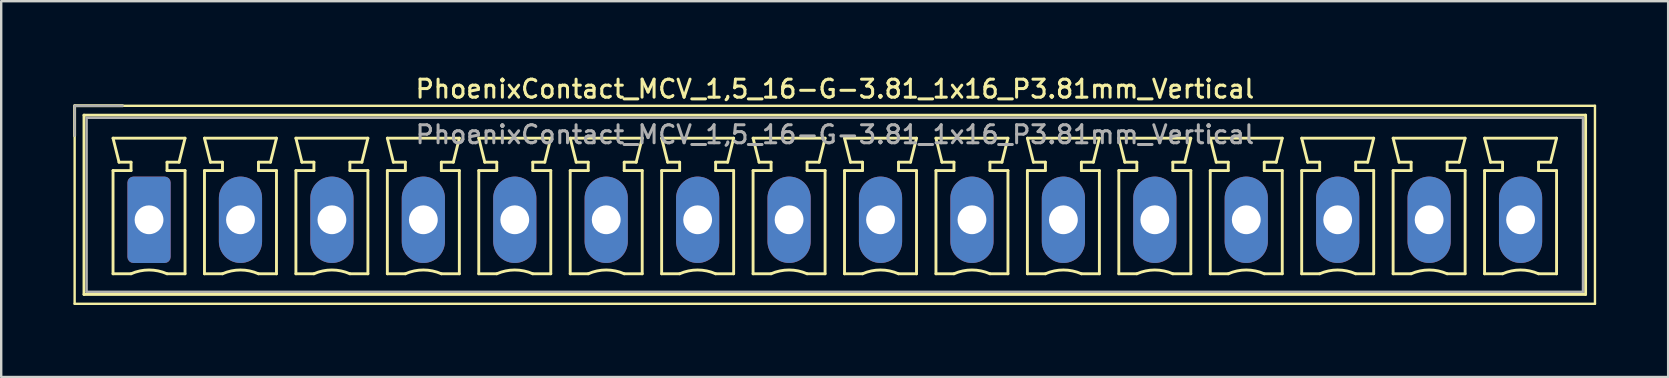
<source format=kicad_pcb>
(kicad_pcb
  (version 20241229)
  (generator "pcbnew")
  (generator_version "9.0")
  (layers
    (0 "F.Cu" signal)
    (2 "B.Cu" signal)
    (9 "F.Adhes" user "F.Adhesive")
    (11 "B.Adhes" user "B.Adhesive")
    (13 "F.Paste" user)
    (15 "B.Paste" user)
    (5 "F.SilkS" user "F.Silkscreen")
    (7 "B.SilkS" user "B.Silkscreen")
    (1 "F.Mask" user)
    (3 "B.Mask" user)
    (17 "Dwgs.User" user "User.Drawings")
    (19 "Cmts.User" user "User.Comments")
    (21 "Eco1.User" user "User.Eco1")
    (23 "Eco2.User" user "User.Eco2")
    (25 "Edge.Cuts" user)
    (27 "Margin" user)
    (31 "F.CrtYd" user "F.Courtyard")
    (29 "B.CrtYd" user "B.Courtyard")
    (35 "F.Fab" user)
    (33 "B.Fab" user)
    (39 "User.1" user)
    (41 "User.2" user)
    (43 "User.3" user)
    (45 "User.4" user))
  (footprint "PhoenixContact_MCV_1,5_16-G-3.81_1x16_P3.81mm_Vertical"
    (layer "F.Cu")
    (at 3.16 6.108)
    (property "Reference" "PhoenixContact_MCV_1,5_16-G-3.81_1x16_P3.81mm_Vertical" (at 28.58 -5.45 0) (layer "F.SilkS") (effects (font (size 0.75 0.75) (thickness 0.125))))
    (attr through_hole)
    (fp_line (start -3.1 -4.75) (end -3.1 3.5) (stroke (width 0.1) (type solid)) (layer "F.SilkS"))
    (fp_line (start -3.1 -4.75) (end -1.1 -4.75) (stroke (width 0.12) (type solid)) (layer "F.SilkS"))
    (fp_line (start -3.1 -3.5) (end -3.1 -4.75) (stroke (width 0.12) (type solid)) (layer "F.SilkS"))
    (fp_line (start -3.1 3.5) (end 60.25 3.5) (stroke (width 0.1) (type solid)) (layer "F.SilkS"))
    (fp_line (start -2.71 -4.36) (end -2.71 3.11) (stroke (width 0.12) (type solid)) (layer "F.SilkS"))
    (fp_line (start -2.71 3.11) (end 59.86 3.11) (stroke (width 0.12) (type solid)) (layer "F.SilkS"))
    (fp_line (start -1.5 -3.4) (end 1.5 -3.4) (stroke (width 0.12) (type solid)) (layer "F.SilkS"))
    (fp_line (start -1.5 -2.05) (end -0.75 -2.05) (stroke (width 0.12) (type solid)) (layer "F.SilkS"))
    (fp_line (start -1.5 2.25) (end -1.5 -2.05) (stroke (width 0.12) (type solid)) (layer "F.SilkS"))
    (fp_line (start -1.25 -2.4) (end -1.5 -3.4) (stroke (width 0.12) (type solid)) (layer "F.SilkS"))
    (fp_line (start -0.75 -2.4) (end -1.25 -2.4) (stroke (width 0.12) (type solid)) (layer "F.SilkS"))
    (fp_line (start -0.75 -2.05) (end -0.75 -2.4) (stroke (width 0.12) (type solid)) (layer "F.SilkS"))
    (fp_line (start -0.75 2.25) (end -1.5 2.25) (stroke (width 0.12) (type solid)) (layer "F.SilkS"))
    (fp_line (start 0.75 -2.4) (end 0.75 -2.05) (stroke (width 0.12) (type solid)) (layer "F.SilkS"))
    (fp_line (start 0.75 -2.05) (end 1.5 -2.05) (stroke (width 0.12) (type solid)) (layer "F.SilkS"))
    (fp_line (start 1.25 -2.4) (end 0.75 -2.4) (stroke (width 0.12) (type solid)) (layer "F.SilkS"))
    (fp_line (start 1.5 -3.4) (end 1.25 -2.4) (stroke (width 0.12) (type solid)) (layer "F.SilkS"))
    (fp_line (start 1.5 -2.05) (end 1.5 2.25) (stroke (width 0.12) (type solid)) (layer "F.SilkS"))
    (fp_line (start 1.5 2.25) (end 0.75 2.25) (stroke (width 0.12) (type solid)) (layer "F.SilkS"))
    (fp_line (start 2.31 -3.4) (end 5.31 -3.4) (stroke (width 0.12) (type solid)) (layer "F.SilkS"))
    (fp_line (start 2.31 -2.05) (end 3.06 -2.05) (stroke (width 0.12) (type solid)) (layer "F.SilkS"))
    (fp_line (start 2.31 2.25) (end 2.31 -2.05) (stroke (width 0.12) (type solid)) (layer "F.SilkS"))
    (fp_line (start 2.56 -2.4) (end 2.31 -3.4) (stroke (width 0.12) (type solid)) (layer "F.SilkS"))
    (fp_line (start 3.06 -2.4) (end 2.56 -2.4) (stroke (width 0.12) (type solid)) (layer "F.SilkS"))
    (fp_line (start 3.06 -2.05) (end 3.06 -2.4) (stroke (width 0.12) (type solid)) (layer "F.SilkS"))
    (fp_line (start 3.06 2.25) (end 2.31 2.25) (stroke (width 0.12) (type solid)) (layer "F.SilkS"))
    (fp_line (start 4.56 -2.4) (end 4.56 -2.05) (stroke (width 0.12) (type solid)) (layer "F.SilkS"))
    (fp_line (start 4.56 -2.05) (end 5.31 -2.05) (stroke (width 0.12) (type solid)) (layer "F.SilkS"))
    (fp_line (start 5.06 -2.4) (end 4.56 -2.4) (stroke (width 0.12) (type solid)) (layer "F.SilkS"))
    (fp_line (start 5.31 -3.4) (end 5.06 -2.4) (stroke (width 0.12) (type solid)) (layer "F.SilkS"))
    (fp_line (start 5.31 -2.05) (end 5.31 2.25) (stroke (width 0.12) (type solid)) (layer "F.SilkS"))
    (fp_line (start 5.31 2.25) (end 4.56 2.25) (stroke (width 0.12) (type solid)) (layer "F.SilkS"))
    (fp_line (start 6.12 -3.4) (end 9.12 -3.4) (stroke (width 0.12) (type solid)) (layer "F.SilkS"))
    (fp_line (start 6.12 -2.05) (end 6.87 -2.05) (stroke (width 0.12) (type solid)) (layer "F.SilkS"))
    (fp_line (start 6.12 2.25) (end 6.12 -2.05) (stroke (width 0.12) (type solid)) (layer "F.SilkS"))
    (fp_line (start 6.37 -2.4) (end 6.12 -3.4) (stroke (width 0.12) (type solid)) (layer "F.SilkS"))
    (fp_line (start 6.87 -2.4) (end 6.37 -2.4) (stroke (width 0.12) (type solid)) (layer "F.SilkS"))
    (fp_line (start 6.87 -2.05) (end 6.87 -2.4) (stroke (width 0.12) (type solid)) (layer "F.SilkS"))
    (fp_line (start 6.87 2.25) (end 6.12 2.25) (stroke (width 0.12) (type solid)) (layer "F.SilkS"))
    (fp_line (start 8.37 -2.4) (end 8.37 -2.05) (stroke (width 0.12) (type solid)) (layer "F.SilkS"))
    (fp_line (start 8.37 -2.05) (end 9.12 -2.05) (stroke (width 0.12) (type solid)) (layer "F.SilkS"))
    (fp_line (start 8.87 -2.4) (end 8.37 -2.4) (stroke (width 0.12) (type solid)) (layer "F.SilkS"))
    (fp_line (start 9.12 -3.4) (end 8.87 -2.4) (stroke (width 0.12) (type solid)) (layer "F.SilkS"))
    (fp_line (start 9.12 -2.05) (end 9.12 2.25) (stroke (width 0.12) (type solid)) (layer "F.SilkS"))
    (fp_line (start 9.12 2.25) (end 8.37 2.25) (stroke (width 0.12) (type solid)) (layer "F.SilkS"))
    (fp_line (start 9.93 -3.4) (end 12.93 -3.4) (stroke (width 0.12) (type solid)) (layer "F.SilkS"))
    (fp_line (start 9.93 -2.05) (end 10.68 -2.05) (stroke (width 0.12) (type solid)) (layer "F.SilkS"))
    (fp_line (start 9.93 2.25) (end 9.93 -2.05) (stroke (width 0.12) (type solid)) (layer "F.SilkS"))
    (fp_line (start 10.18 -2.4) (end 9.93 -3.4) (stroke (width 0.12) (type solid)) (layer "F.SilkS"))
    (fp_line (start 10.68 -2.4) (end 10.18 -2.4) (stroke (width 0.12) (type solid)) (layer "F.SilkS"))
    (fp_line (start 10.68 -2.05) (end 10.68 -2.4) (stroke (width 0.12) (type solid)) (layer "F.SilkS"))
    (fp_line (start 10.68 2.25) (end 9.93 2.25) (stroke (width 0.12) (type solid)) (layer "F.SilkS"))
    (fp_line (start 12.18 -2.4) (end 12.18 -2.05) (stroke (width 0.12) (type solid)) (layer "F.SilkS"))
    (fp_line (start 12.18 -2.05) (end 12.93 -2.05) (stroke (width 0.12) (type solid)) (layer "F.SilkS"))
    (fp_line (start 12.68 -2.4) (end 12.18 -2.4) (stroke (width 0.12) (type solid)) (layer "F.SilkS"))
    (fp_line (start 12.93 -3.4) (end 12.68 -2.4) (stroke (width 0.12) (type solid)) (layer "F.SilkS"))
    (fp_line (start 12.93 -2.05) (end 12.93 2.25) (stroke (width 0.12) (type solid)) (layer "F.SilkS"))
    (fp_line (start 12.93 2.25) (end 12.18 2.25) (stroke (width 0.12) (type solid)) (layer "F.SilkS"))
    (fp_line (start 13.74 -3.4) (end 16.74 -3.4) (stroke (width 0.12) (type solid)) (layer "F.SilkS"))
    (fp_line (start 13.74 -2.05) (end 14.49 -2.05) (stroke (width 0.12) (type solid)) (layer "F.SilkS"))
    (fp_line (start 13.74 2.25) (end 13.74 -2.05) (stroke (width 0.12) (type solid)) (layer "F.SilkS"))
    (fp_line (start 13.99 -2.4) (end 13.74 -3.4) (stroke (width 0.12) (type solid)) (layer "F.SilkS"))
    (fp_line (start 14.49 -2.4) (end 13.99 -2.4) (stroke (width 0.12) (type solid)) (layer "F.SilkS"))
    (fp_line (start 14.49 -2.05) (end 14.49 -2.4) (stroke (width 0.12) (type solid)) (layer "F.SilkS"))
    (fp_line (start 14.49 2.25) (end 13.74 2.25) (stroke (width 0.12) (type solid)) (layer "F.SilkS"))
    (fp_line (start 15.99 -2.4) (end 15.99 -2.05) (stroke (width 0.12) (type solid)) (layer "F.SilkS"))
    (fp_line (start 15.99 -2.05) (end 16.74 -2.05) (stroke (width 0.12) (type solid)) (layer "F.SilkS"))
    (fp_line (start 16.49 -2.4) (end 15.99 -2.4) (stroke (width 0.12) (type solid)) (layer "F.SilkS"))
    (fp_line (start 16.74 -3.4) (end 16.49 -2.4) (stroke (width 0.12) (type solid)) (layer "F.SilkS"))
    (fp_line (start 16.74 -2.05) (end 16.74 2.25) (stroke (width 0.12) (type solid)) (layer "F.SilkS"))
    (fp_line (start 16.74 2.25) (end 15.99 2.25) (stroke (width 0.12) (type solid)) (layer "F.SilkS"))
    (fp_line (start 17.55 -3.4) (end 20.55 -3.4) (stroke (width 0.12) (type solid)) (layer "F.SilkS"))
    (fp_line (start 17.55 -2.05) (end 18.3 -2.05) (stroke (width 0.12) (type solid)) (layer "F.SilkS"))
    (fp_line (start 17.55 2.25) (end 17.55 -2.05) (stroke (width 0.12) (type solid)) (layer "F.SilkS"))
    (fp_line (start 17.8 -2.4) (end 17.55 -3.4) (stroke (width 0.12) (type solid)) (layer "F.SilkS"))
    (fp_line (start 18.3 -2.4) (end 17.8 -2.4) (stroke (width 0.12) (type solid)) (layer "F.SilkS"))
    (fp_line (start 18.3 -2.05) (end 18.3 -2.4) (stroke (width 0.12) (type solid)) (layer "F.SilkS"))
    (fp_line (start 18.3 2.25) (end 17.55 2.25) (stroke (width 0.12) (type solid)) (layer "F.SilkS"))
    (fp_line (start 19.8 -2.4) (end 19.8 -2.05) (stroke (width 0.12) (type solid)) (layer "F.SilkS"))
    (fp_line (start 19.8 -2.05) (end 20.55 -2.05) (stroke (width 0.12) (type solid)) (layer "F.SilkS"))
    (fp_line (start 20.3 -2.4) (end 19.8 -2.4) (stroke (width 0.12) (type solid)) (layer "F.SilkS"))
    (fp_line (start 20.55 -3.4) (end 20.3 -2.4) (stroke (width 0.12) (type solid)) (layer "F.SilkS"))
    (fp_line (start 20.55 -2.05) (end 20.55 2.25) (stroke (width 0.12) (type solid)) (layer "F.SilkS"))
    (fp_line (start 20.55 2.25) (end 19.8 2.25) (stroke (width 0.12) (type solid)) (layer "F.SilkS"))
    (fp_line (start 21.36 -3.4) (end 24.36 -3.4) (stroke (width 0.12) (type solid)) (layer "F.SilkS"))
    (fp_line (start 21.36 -2.05) (end 22.11 -2.05) (stroke (width 0.12) (type solid)) (layer "F.SilkS"))
    (fp_line (start 21.36 2.25) (end 21.36 -2.05) (stroke (width 0.12) (type solid)) (layer "F.SilkS"))
    (fp_line (start 21.61 -2.4) (end 21.36 -3.4) (stroke (width 0.12) (type solid)) (layer "F.SilkS"))
    (fp_line (start 22.11 -2.4) (end 21.61 -2.4) (stroke (width 0.12) (type solid)) (layer "F.SilkS"))
    (fp_line (start 22.11 -2.05) (end 22.11 -2.4) (stroke (width 0.12) (type solid)) (layer "F.SilkS"))
    (fp_line (start 22.11 2.25) (end 21.36 2.25) (stroke (width 0.12) (type solid)) (layer "F.SilkS"))
    (fp_line (start 23.61 -2.4) (end 23.61 -2.05) (stroke (width 0.12) (type solid)) (layer "F.SilkS"))
    (fp_line (start 23.61 -2.05) (end 24.36 -2.05) (stroke (width 0.12) (type solid)) (layer "F.SilkS"))
    (fp_line (start 24.11 -2.4) (end 23.61 -2.4) (stroke (width 0.12) (type solid)) (layer "F.SilkS"))
    (fp_line (start 24.36 -3.4) (end 24.11 -2.4) (stroke (width 0.12) (type solid)) (layer "F.SilkS"))
    (fp_line (start 24.36 -2.05) (end 24.36 2.25) (stroke (width 0.12) (type solid)) (layer "F.SilkS"))
    (fp_line (start 24.36 2.25) (end 23.61 2.25) (stroke (width 0.12) (type solid)) (layer "F.SilkS"))
    (fp_line (start 25.17 -3.4) (end 28.17 -3.4) (stroke (width 0.12) (type solid)) (layer "F.SilkS"))
    (fp_line (start 25.17 -2.05) (end 25.92 -2.05) (stroke (width 0.12) (type solid)) (layer "F.SilkS"))
    (fp_line (start 25.17 2.25) (end 25.17 -2.05) (stroke (width 0.12) (type solid)) (layer "F.SilkS"))
    (fp_line (start 25.42 -2.4) (end 25.17 -3.4) (stroke (width 0.12) (type solid)) (layer "F.SilkS"))
    (fp_line (start 25.92 -2.4) (end 25.42 -2.4) (stroke (width 0.12) (type solid)) (layer "F.SilkS"))
    (fp_line (start 25.92 -2.05) (end 25.92 -2.4) (stroke (width 0.12) (type solid)) (layer "F.SilkS"))
    (fp_line (start 25.92 2.25) (end 25.17 2.25) (stroke (width 0.12) (type solid)) (layer "F.SilkS"))
    (fp_line (start 27.42 -2.4) (end 27.42 -2.05) (stroke (width 0.12) (type solid)) (layer "F.SilkS"))
    (fp_line (start 27.42 -2.05) (end 28.17 -2.05) (stroke (width 0.12) (type solid)) (layer "F.SilkS"))
    (fp_line (start 27.92 -2.4) (end 27.42 -2.4) (stroke (width 0.12) (type solid)) (layer "F.SilkS"))
    (fp_line (start 28.17 -3.4) (end 27.92 -2.4) (stroke (width 0.12) (type solid)) (layer "F.SilkS"))
    (fp_line (start 28.17 -2.05) (end 28.17 2.25) (stroke (width 0.12) (type solid)) (layer "F.SilkS"))
    (fp_line (start 28.17 2.25) (end 27.42 2.25) (stroke (width 0.12) (type solid)) (layer "F.SilkS"))
    (fp_line (start 28.98 -3.4) (end 31.98 -3.4) (stroke (width 0.12) (type solid)) (layer "F.SilkS"))
    (fp_line (start 28.98 -2.05) (end 29.73 -2.05) (stroke (width 0.12) (type solid)) (layer "F.SilkS"))
    (fp_line (start 28.98 2.25) (end 28.98 -2.05) (stroke (width 0.12) (type solid)) (layer "F.SilkS"))
    (fp_line (start 29.23 -2.4) (end 28.98 -3.4) (stroke (width 0.12) (type solid)) (layer "F.SilkS"))
    (fp_line (start 29.73 -2.4) (end 29.23 -2.4) (stroke (width 0.12) (type solid)) (layer "F.SilkS"))
    (fp_line (start 29.73 -2.05) (end 29.73 -2.4) (stroke (width 0.12) (type solid)) (layer "F.SilkS"))
    (fp_line (start 29.73 2.25) (end 28.98 2.25) (stroke (width 0.12) (type solid)) (layer "F.SilkS"))
    (fp_line (start 31.23 -2.4) (end 31.23 -2.05) (stroke (width 0.12) (type solid)) (layer "F.SilkS"))
    (fp_line (start 31.23 -2.05) (end 31.98 -2.05) (stroke (width 0.12) (type solid)) (layer "F.SilkS"))
    (fp_line (start 31.73 -2.4) (end 31.23 -2.4) (stroke (width 0.12) (type solid)) (layer "F.SilkS"))
    (fp_line (start 31.98 -3.4) (end 31.73 -2.4) (stroke (width 0.12) (type solid)) (layer "F.SilkS"))
    (fp_line (start 31.98 -2.05) (end 31.98 2.25) (stroke (width 0.12) (type solid)) (layer "F.SilkS"))
    (fp_line (start 31.98 2.25) (end 31.23 2.25) (stroke (width 0.12) (type solid)) (layer "F.SilkS"))
    (fp_line (start 32.79 -3.4) (end 35.79 -3.4) (stroke (width 0.12) (type solid)) (layer "F.SilkS"))
    (fp_line (start 32.79 -2.05) (end 33.54 -2.05) (stroke (width 0.12) (type solid)) (layer "F.SilkS"))
    (fp_line (start 32.79 2.25) (end 32.79 -2.05) (stroke (width 0.12) (type solid)) (layer "F.SilkS"))
    (fp_line (start 33.04 -2.4) (end 32.79 -3.4) (stroke (width 0.12) (type solid)) (layer "F.SilkS"))
    (fp_line (start 33.54 -2.4) (end 33.04 -2.4) (stroke (width 0.12) (type solid)) (layer "F.SilkS"))
    (fp_line (start 33.54 -2.05) (end 33.54 -2.4) (stroke (width 0.12) (type solid)) (layer "F.SilkS"))
    (fp_line (start 33.54 2.25) (end 32.79 2.25) (stroke (width 0.12) (type solid)) (layer "F.SilkS"))
    (fp_line (start 35.04 -2.4) (end 35.04 -2.05) (stroke (width 0.12) (type solid)) (layer "F.SilkS"))
    (fp_line (start 35.04 -2.05) (end 35.79 -2.05) (stroke (width 0.12) (type solid)) (layer "F.SilkS"))
    (fp_line (start 35.54 -2.4) (end 35.04 -2.4) (stroke (width 0.12) (type solid)) (layer "F.SilkS"))
    (fp_line (start 35.79 -3.4) (end 35.54 -2.4) (stroke (width 0.12) (type solid)) (layer "F.SilkS"))
    (fp_line (start 35.79 -2.05) (end 35.79 2.25) (stroke (width 0.12) (type solid)) (layer "F.SilkS"))
    (fp_line (start 35.79 2.25) (end 35.04 2.25) (stroke (width 0.12) (type solid)) (layer "F.SilkS"))
    (fp_line (start 36.6 -3.4) (end 39.6 -3.4) (stroke (width 0.12) (type solid)) (layer "F.SilkS"))
    (fp_line (start 36.6 -2.05) (end 37.35 -2.05) (stroke (width 0.12) (type solid)) (layer "F.SilkS"))
    (fp_line (start 36.6 2.25) (end 36.6 -2.05) (stroke (width 0.12) (type solid)) (layer "F.SilkS"))
    (fp_line (start 36.85 -2.4) (end 36.6 -3.4) (stroke (width 0.12) (type solid)) (layer "F.SilkS"))
    (fp_line (start 37.35 -2.4) (end 36.85 -2.4) (stroke (width 0.12) (type solid)) (layer "F.SilkS"))
    (fp_line (start 37.35 -2.05) (end 37.35 -2.4) (stroke (width 0.12) (type solid)) (layer "F.SilkS"))
    (fp_line (start 37.35 2.25) (end 36.6 2.25) (stroke (width 0.12) (type solid)) (layer "F.SilkS"))
    (fp_line (start 38.85 -2.4) (end 38.85 -2.05) (stroke (width 0.12) (type solid)) (layer "F.SilkS"))
    (fp_line (start 38.85 -2.05) (end 39.6 -2.05) (stroke (width 0.12) (type solid)) (layer "F.SilkS"))
    (fp_line (start 39.35 -2.4) (end 38.85 -2.4) (stroke (width 0.12) (type solid)) (layer "F.SilkS"))
    (fp_line (start 39.6 -3.4) (end 39.35 -2.4) (stroke (width 0.12) (type solid)) (layer "F.SilkS"))
    (fp_line (start 39.6 -2.05) (end 39.6 2.25) (stroke (width 0.12) (type solid)) (layer "F.SilkS"))
    (fp_line (start 39.6 2.25) (end 38.85 2.25) (stroke (width 0.12) (type solid)) (layer "F.SilkS"))
    (fp_line (start 40.41 -3.4) (end 43.41 -3.4) (stroke (width 0.12) (type solid)) (layer "F.SilkS"))
    (fp_line (start 40.41 -2.05) (end 41.16 -2.05) (stroke (width 0.12) (type solid)) (layer "F.SilkS"))
    (fp_line (start 40.41 2.25) (end 40.41 -2.05) (stroke (width 0.12) (type solid)) (layer "F.SilkS"))
    (fp_line (start 40.66 -2.4) (end 40.41 -3.4) (stroke (width 0.12) (type solid)) (layer "F.SilkS"))
    (fp_line (start 41.16 -2.4) (end 40.66 -2.4) (stroke (width 0.12) (type solid)) (layer "F.SilkS"))
    (fp_line (start 41.16 -2.05) (end 41.16 -2.4) (stroke (width 0.12) (type solid)) (layer "F.SilkS"))
    (fp_line (start 41.16 2.25) (end 40.41 2.25) (stroke (width 0.12) (type solid)) (layer "F.SilkS"))
    (fp_line (start 42.66 -2.4) (end 42.66 -2.05) (stroke (width 0.12) (type solid)) (layer "F.SilkS"))
    (fp_line (start 42.66 -2.05) (end 43.41 -2.05) (stroke (width 0.12) (type solid)) (layer "F.SilkS"))
    (fp_line (start 43.16 -2.4) (end 42.66 -2.4) (stroke (width 0.12) (type solid)) (layer "F.SilkS"))
    (fp_line (start 43.41 -3.4) (end 43.16 -2.4) (stroke (width 0.12) (type solid)) (layer "F.SilkS"))
    (fp_line (start 43.41 -2.05) (end 43.41 2.25) (stroke (width 0.12) (type solid)) (layer "F.SilkS"))
    (fp_line (start 43.41 2.25) (end 42.66 2.25) (stroke (width 0.12) (type solid)) (layer "F.SilkS"))
    (fp_line (start 44.22 -3.4) (end 47.22 -3.4) (stroke (width 0.12) (type solid)) (layer "F.SilkS"))
    (fp_line (start 44.22 -2.05) (end 44.97 -2.05) (stroke (width 0.12) (type solid)) (layer "F.SilkS"))
    (fp_line (start 44.22 2.25) (end 44.22 -2.05) (stroke (width 0.12) (type solid)) (layer "F.SilkS"))
    (fp_line (start 44.47 -2.4) (end 44.22 -3.4) (stroke (width 0.12) (type solid)) (layer "F.SilkS"))
    (fp_line (start 44.97 -2.4) (end 44.47 -2.4) (stroke (width 0.12) (type solid)) (layer "F.SilkS"))
    (fp_line (start 44.97 -2.05) (end 44.97 -2.4) (stroke (width 0.12) (type solid)) (layer "F.SilkS"))
    (fp_line (start 44.97 2.25) (end 44.22 2.25) (stroke (width 0.12) (type solid)) (layer "F.SilkS"))
    (fp_line (start 46.47 -2.4) (end 46.47 -2.05) (stroke (width 0.12) (type solid)) (layer "F.SilkS"))
    (fp_line (start 46.47 -2.05) (end 47.22 -2.05) (stroke (width 0.12) (type solid)) (layer "F.SilkS"))
    (fp_line (start 46.97 -2.4) (end 46.47 -2.4) (stroke (width 0.12) (type solid)) (layer "F.SilkS"))
    (fp_line (start 47.22 -3.4) (end 46.97 -2.4) (stroke (width 0.12) (type solid)) (layer "F.SilkS"))
    (fp_line (start 47.22 -2.05) (end 47.22 2.25) (stroke (width 0.12) (type solid)) (layer "F.SilkS"))
    (fp_line (start 47.22 2.25) (end 46.47 2.25) (stroke (width 0.12) (type solid)) (layer "F.SilkS"))
    (fp_line (start 48.03 -3.4) (end 51.03 -3.4) (stroke (width 0.12) (type solid)) (layer "F.SilkS"))
    (fp_line (start 48.03 -2.05) (end 48.78 -2.05) (stroke (width 0.12) (type solid)) (layer "F.SilkS"))
    (fp_line (start 48.03 2.25) (end 48.03 -2.05) (stroke (width 0.12) (type solid)) (layer "F.SilkS"))
    (fp_line (start 48.28 -2.4) (end 48.03 -3.4) (stroke (width 0.12) (type solid)) (layer "F.SilkS"))
    (fp_line (start 48.78 -2.4) (end 48.28 -2.4) (stroke (width 0.12) (type solid)) (layer "F.SilkS"))
    (fp_line (start 48.78 -2.05) (end 48.78 -2.4) (stroke (width 0.12) (type solid)) (layer "F.SilkS"))
    (fp_line (start 48.78 2.25) (end 48.03 2.25) (stroke (width 0.12) (type solid)) (layer "F.SilkS"))
    (fp_line (start 50.28 -2.4) (end 50.28 -2.05) (stroke (width 0.12) (type solid)) (layer "F.SilkS"))
    (fp_line (start 50.28 -2.05) (end 51.03 -2.05) (stroke (width 0.12) (type solid)) (layer "F.SilkS"))
    (fp_line (start 50.78 -2.4) (end 50.28 -2.4) (stroke (width 0.12) (type solid)) (layer "F.SilkS"))
    (fp_line (start 51.03 -3.4) (end 50.78 -2.4) (stroke (width 0.12) (type solid)) (layer "F.SilkS"))
    (fp_line (start 51.03 -2.05) (end 51.03 2.25) (stroke (width 0.12) (type solid)) (layer "F.SilkS"))
    (fp_line (start 51.03 2.25) (end 50.28 2.25) (stroke (width 0.12) (type solid)) (layer "F.SilkS"))
    (fp_line (start 51.84 -3.4) (end 54.84 -3.4) (stroke (width 0.12) (type solid)) (layer "F.SilkS"))
    (fp_line (start 51.84 -2.05) (end 52.59 -2.05) (stroke (width 0.12) (type solid)) (layer "F.SilkS"))
    (fp_line (start 51.84 2.25) (end 51.84 -2.05) (stroke (width 0.12) (type solid)) (layer "F.SilkS"))
    (fp_line (start 52.09 -2.4) (end 51.84 -3.4) (stroke (width 0.12) (type solid)) (layer "F.SilkS"))
    (fp_line (start 52.59 -2.4) (end 52.09 -2.4) (stroke (width 0.12) (type solid)) (layer "F.SilkS"))
    (fp_line (start 52.59 -2.05) (end 52.59 -2.4) (stroke (width 0.12) (type solid)) (layer "F.SilkS"))
    (fp_line (start 52.59 2.25) (end 51.84 2.25) (stroke (width 0.12) (type solid)) (layer "F.SilkS"))
    (fp_line (start 54.09 -2.4) (end 54.09 -2.05) (stroke (width 0.12) (type solid)) (layer "F.SilkS"))
    (fp_line (start 54.09 -2.05) (end 54.84 -2.05) (stroke (width 0.12) (type solid)) (layer "F.SilkS"))
    (fp_line (start 54.59 -2.4) (end 54.09 -2.4) (stroke (width 0.12) (type solid)) (layer "F.SilkS"))
    (fp_line (start 54.84 -3.4) (end 54.59 -2.4) (stroke (width 0.12) (type solid)) (layer "F.SilkS"))
    (fp_line (start 54.84 -2.05) (end 54.84 2.25) (stroke (width 0.12) (type solid)) (layer "F.SilkS"))
    (fp_line (start 54.84 2.25) (end 54.09 2.25) (stroke (width 0.12) (type solid)) (layer "F.SilkS"))
    (fp_line (start 55.65 -3.4) (end 58.65 -3.4) (stroke (width 0.12) (type solid)) (layer "F.SilkS"))
    (fp_line (start 55.65 -2.05) (end 56.4 -2.05) (stroke (width 0.12) (type solid)) (layer "F.SilkS"))
    (fp_line (start 55.65 2.25) (end 55.65 -2.05) (stroke (width 0.12) (type solid)) (layer "F.SilkS"))
    (fp_line (start 55.9 -2.4) (end 55.65 -3.4) (stroke (width 0.12) (type solid)) (layer "F.SilkS"))
    (fp_line (start 56.4 -2.4) (end 55.9 -2.4) (stroke (width 0.12) (type solid)) (layer "F.SilkS"))
    (fp_line (start 56.4 -2.05) (end 56.4 -2.4) (stroke (width 0.12) (type solid)) (layer "F.SilkS"))
    (fp_line (start 56.4 2.25) (end 55.65 2.25) (stroke (width 0.12) (type solid)) (layer "F.SilkS"))
    (fp_line (start 57.9 -2.4) (end 57.9 -2.05) (stroke (width 0.12) (type solid)) (layer "F.SilkS"))
    (fp_line (start 57.9 -2.05) (end 58.65 -2.05) (stroke (width 0.12) (type solid)) (layer "F.SilkS"))
    (fp_line (start 58.4 -2.4) (end 57.9 -2.4) (stroke (width 0.12) (type solid)) (layer "F.SilkS"))
    (fp_line (start 58.65 -3.4) (end 58.4 -2.4) (stroke (width 0.12) (type solid)) (layer "F.SilkS"))
    (fp_line (start 58.65 -2.05) (end 58.65 2.25) (stroke (width 0.12) (type solid)) (layer "F.SilkS"))
    (fp_line (start 58.65 2.25) (end 57.9 2.25) (stroke (width 0.12) (type solid)) (layer "F.SilkS"))
    (fp_line (start 59.86 -4.36) (end -2.71 -4.36) (stroke (width 0.12) (type solid)) (layer "F.SilkS"))
    (fp_line (start 59.86 3.11) (end 59.86 -4.36) (stroke (width 0.12) (type solid)) (layer "F.SilkS"))
    (fp_line (start 60.25 -4.75) (end -3.1 -4.75) (stroke (width 0.1) (type solid)) (layer "F.SilkS"))
    (fp_line (start 60.25 3.5) (end 60.25 -4.75) (stroke (width 0.1) (type solid)) (layer "F.SilkS"))
    (fp_arc (start -0.75 2.25) (mid -0.000193 2.09191) (end 0.749647 2.249844) (stroke (width 0.12) (type solid)) (layer "F.SilkS"))
    (fp_arc (start 3.06 2.25) (mid 3.809807 2.09191) (end 4.559647 2.249844) (stroke (width 0.12) (type solid)) (layer "F.SilkS"))
    (fp_arc (start 6.87 2.25) (mid 7.619807 2.09191) (end 8.369647 2.249844) (stroke (width 0.12) (type solid)) (layer "F.SilkS"))
    (fp_arc (start 10.68 2.25) (mid 11.429807 2.09191) (end 12.179647 2.249844) (stroke (width 0.12) (type solid)) (layer "F.SilkS"))
    (fp_arc (start 14.49 2.25) (mid 15.239807 2.09191) (end 15.989647 2.249844) (stroke (width 0.12) (type solid)) (layer "F.SilkS"))
    (fp_arc (start 18.3 2.25) (mid 19.049807 2.09191) (end 19.799647 2.249844) (stroke (width 0.12) (type solid)) (layer "F.SilkS"))
    (fp_arc (start 22.11 2.25) (mid 22.859807 2.09191) (end 23.609647 2.249844) (stroke (width 0.12) (type solid)) (layer "F.SilkS"))
    (fp_arc (start 25.92 2.25) (mid 26.669807 2.09191) (end 27.419647 2.249844) (stroke (width 0.12) (type solid)) (layer "F.SilkS"))
    (fp_arc (start 29.73 2.25) (mid 30.479807 2.09191) (end 31.229647 2.249844) (stroke (width 0.12) (type solid)) (layer "F.SilkS"))
    (fp_arc (start 33.54 2.25) (mid 34.289807 2.09191) (end 35.039647 2.249844) (stroke (width 0.12) (type solid)) (layer "F.SilkS"))
    (fp_arc (start 37.35 2.25) (mid 38.099807 2.09191) (end 38.849647 2.249844) (stroke (width 0.12) (type solid)) (layer "F.SilkS"))
    (fp_arc (start 41.16 2.25) (mid 41.909807 2.09191) (end 42.659647 2.249844) (stroke (width 0.12) (type solid)) (layer "F.SilkS"))
    (fp_arc (start 44.97 2.25) (mid 45.719807 2.09191) (end 46.469647 2.249844) (stroke (width 0.12) (type solid)) (layer "F.SilkS"))
    (fp_arc (start 48.78 2.25) (mid 49.529807 2.09191) (end 50.279647 2.249844) (stroke (width 0.12) (type solid)) (layer "F.SilkS"))
    (fp_arc (start 52.59 2.25) (mid 53.339807 2.09191) (end 54.089647 2.249844) (stroke (width 0.12) (type solid)) (layer "F.SilkS"))
    (fp_arc (start 56.4 2.25) (mid 57.149807 2.09191) (end 57.899647 2.249844) (stroke (width 0.12) (type solid)) (layer "F.SilkS"))
    (fp_line (start -3.1 -4.75) (end -1.1 -4.75) (stroke (width 0.1) (type solid)) (layer "F.Fab"))
    (fp_line (start -3.1 -3.5) (end -3.1 -4.75) (stroke (width 0.1) (type solid)) (layer "F.Fab"))
    (fp_line (start -2.6 -4.25) (end -2.6 3) (stroke (width 0.1) (type solid)) (layer "F.Fab"))
    (fp_line (start -2.6 3) (end 59.75 3) (stroke (width 0.1) (type solid)) (layer "F.Fab"))
    (fp_line (start 59.75 -4.25) (end -2.6 -4.25) (stroke (width 0.1) (type solid)) (layer "F.Fab"))
    (fp_line (start 59.75 3) (end 59.75 -4.25) (stroke (width 0.1) (type solid)) (layer "F.Fab"))
    (fp_text user "${REFERENCE}" (at 28.58 -3.55 0) (layer "F.Fab") (effects (font (size 0.75 0.75) (thickness 0.125))))
    (pad "1" thru_hole roundrect (at 0 0) (size 1.8 3.6) (drill 1.2) (layers "*.Cu" "*.Mask") (roundrect_rratio 0.139))
    (pad "2" thru_hole oval (at 3.81 0) (size 1.8 3.6) (drill 1.2) (layers "*.Cu" "*.Mask"))
    (pad "3" thru_hole oval (at 7.62 0) (size 1.8 3.6) (drill 1.2) (layers "*.Cu" "*.Mask"))
    (pad "4" thru_hole oval (at 11.43 0) (size 1.8 3.6) (drill 1.2) (layers "*.Cu" "*.Mask"))
    (pad "5" thru_hole oval (at 15.24 0) (size 1.8 3.6) (drill 1.2) (layers "*.Cu" "*.Mask"))
    (pad "6" thru_hole oval (at 19.05 0) (size 1.8 3.6) (drill 1.2) (layers "*.Cu" "*.Mask"))
    (pad "7" thru_hole oval (at 22.86 0) (size 1.8 3.6) (drill 1.2) (layers "*.Cu" "*.Mask"))
    (pad "8" thru_hole oval (at 26.67 0) (size 1.8 3.6) (drill 1.2) (layers "*.Cu" "*.Mask"))
    (pad "9" thru_hole oval (at 30.48 0) (size 1.8 3.6) (drill 1.2) (layers "*.Cu" "*.Mask"))
    (pad "10" thru_hole oval (at 34.29 0) (size 1.8 3.6) (drill 1.2) (layers "*.Cu" "*.Mask"))
    (pad "11" thru_hole oval (at 38.1 0) (size 1.8 3.6) (drill 1.2) (layers "*.Cu" "*.Mask"))
    (pad "12" thru_hole oval (at 41.91 0) (size 1.8 3.6) (drill 1.2) (layers "*.Cu" "*.Mask"))
    (pad "13" thru_hole oval (at 45.72 0) (size 1.8 3.6) (drill 1.2) (layers "*.Cu" "*.Mask"))
    (pad "14" thru_hole oval (at 49.53 0) (size 1.8 3.6) (drill 1.2) (layers "*.Cu" "*.Mask"))
    (pad "15" thru_hole oval (at 53.34 0) (size 1.8 3.6) (drill 1.2) (layers "*.Cu" "*.Mask"))
    (pad "16" thru_hole oval (at 57.15 0) (size 1.8 3.6) (drill 1.2) (layers "*.Cu" "*.Mask")))
  (gr_rect
    (start -3 -3)
    (end 66.46 12.658)
    (stroke (width 0.1) (type default))
    (fill no)
    (layer "Edge.Cuts")))
</source>
